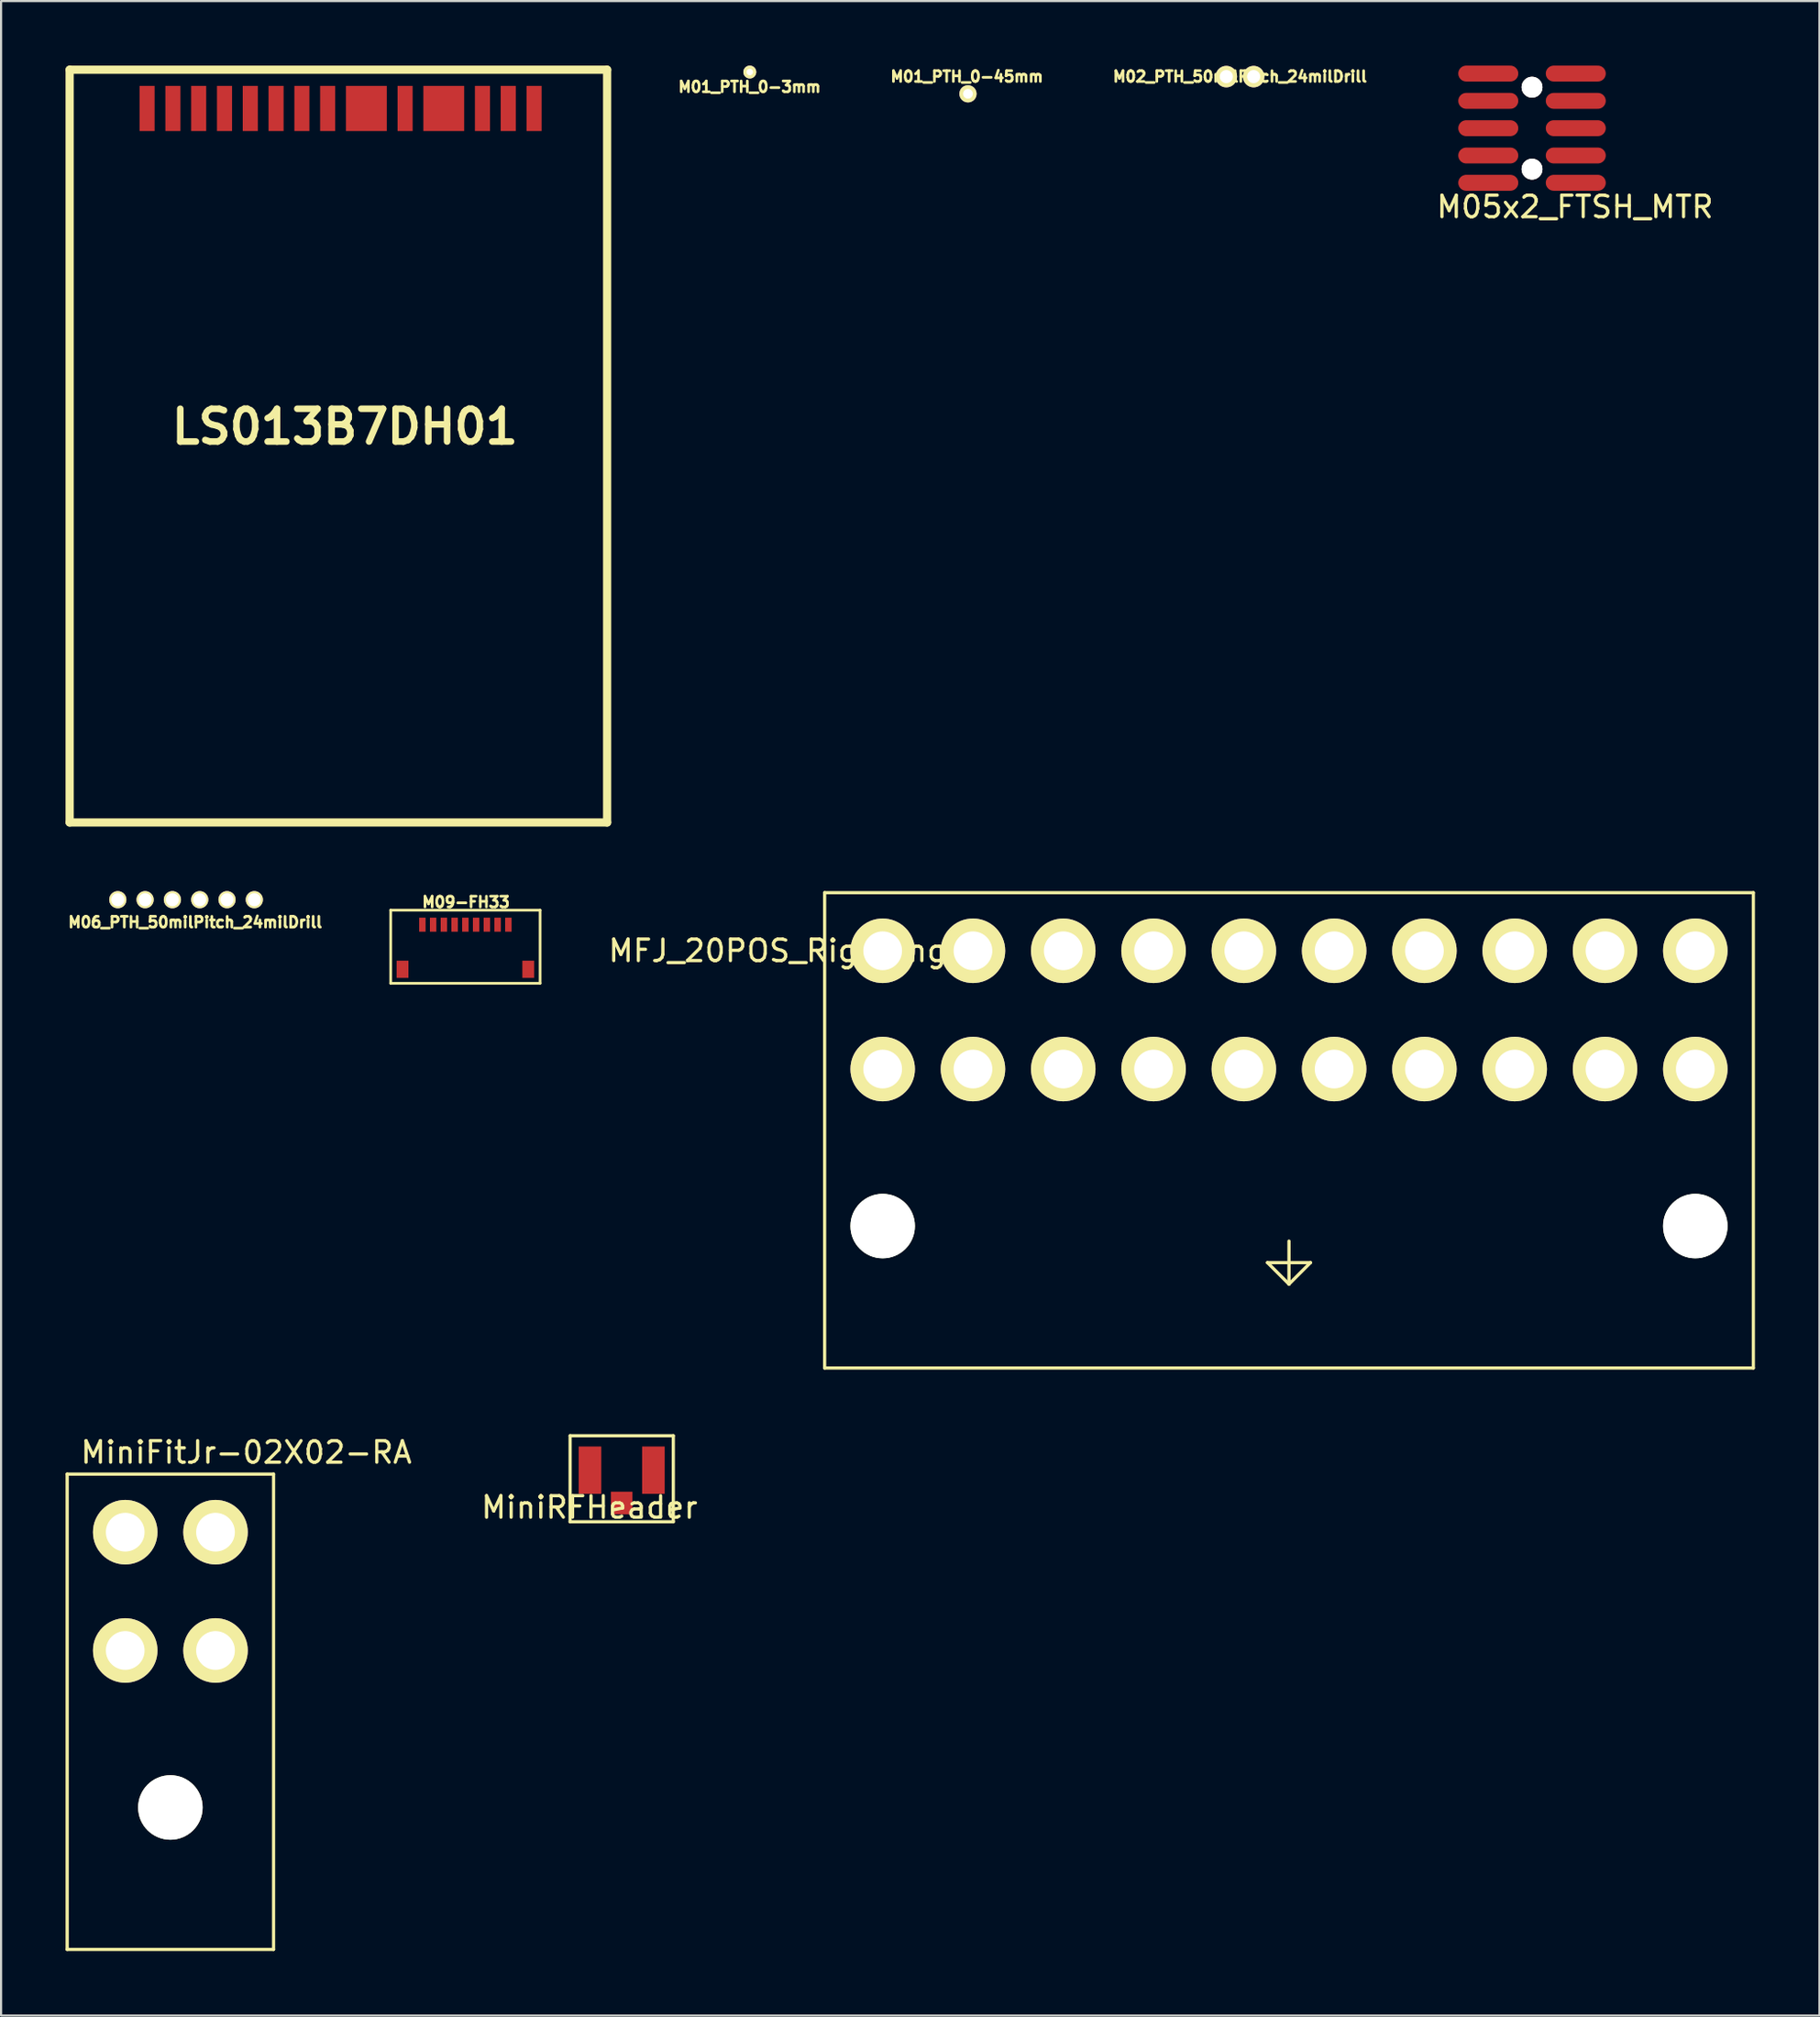
<source format=kicad_pcb>
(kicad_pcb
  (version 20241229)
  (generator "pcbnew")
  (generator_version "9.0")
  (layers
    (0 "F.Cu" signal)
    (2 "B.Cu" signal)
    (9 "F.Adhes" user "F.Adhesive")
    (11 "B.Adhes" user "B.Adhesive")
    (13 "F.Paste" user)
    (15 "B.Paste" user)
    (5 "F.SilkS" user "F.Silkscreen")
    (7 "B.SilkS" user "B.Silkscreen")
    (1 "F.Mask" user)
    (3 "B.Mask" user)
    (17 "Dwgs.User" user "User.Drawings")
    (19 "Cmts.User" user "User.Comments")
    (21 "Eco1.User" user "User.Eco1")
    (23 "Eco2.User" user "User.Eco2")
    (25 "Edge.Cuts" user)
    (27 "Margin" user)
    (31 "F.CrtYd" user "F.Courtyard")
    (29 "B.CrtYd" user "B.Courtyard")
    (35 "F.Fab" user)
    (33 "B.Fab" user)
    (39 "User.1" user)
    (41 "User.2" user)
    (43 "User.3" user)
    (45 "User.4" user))
  (footprint "M09-FH33"
    (layer "F.Cu")
    (at 18.598 39.944)
    (property "Reference" "M09-FH33" (at 0.025 -1.05 0) (layer "F.SilkS") (effects (font (size 0.5 0.5) (thickness 0.125))))
    (attr through_hole)
    (fp_line (start -3.475 -0.675) (end 3.475 -0.675) (stroke (width 0.125) (type solid)) (layer "F.SilkS"))
    (fp_line (start -3.475 2.725) (end -3.475 -0.675) (stroke (width 0.125) (type solid)) (layer "F.SilkS"))
    (fp_line (start 3.475 -0.675) (end 3.475 2.725) (stroke (width 0.125) (type solid)) (layer "F.SilkS"))
    (fp_line (start 3.475 2.725) (end -3.475 2.725) (stroke (width 0.125) (type solid)) (layer "F.SilkS"))
    (pad "1" smd rect (at -2 0) (size 0.3 0.65) (layers "F.Cu" "F.Mask" "F.Paste"))
    (pad "2" smd rect (at -1.5 0) (size 0.3 0.65) (layers "F.Cu" "F.Mask" "F.Paste"))
    (pad "3" smd rect (at -1 0) (size 0.3 0.65) (layers "F.Cu" "F.Mask" "F.Paste"))
    (pad "4" smd rect (at -0.5 0) (size 0.3 0.65) (layers "F.Cu" "F.Mask" "F.Paste"))
    (pad "5" smd rect (at 0 0) (size 0.3 0.65) (layers "F.Cu" "F.Mask" "F.Paste"))
    (pad "6" smd rect (at 0.5 0) (size 0.3 0.65) (layers "F.Cu" "F.Mask" "F.Paste"))
    (pad "7" smd rect (at 1 0) (size 0.3 0.65) (layers "F.Cu" "F.Mask" "F.Paste"))
    (pad "8" smd rect (at 1.5 0) (size 0.3 0.65) (layers "F.Cu" "F.Mask" "F.Paste"))
    (pad "9" smd rect (at 2 0) (size 0.3 0.65) (layers "F.Cu" "F.Mask" "F.Paste"))
    (pad "NC" smd rect (at -2.925 2.075) (size 0.55 0.8) (layers "F.Cu" "F.Mask" "F.Paste"))
    (pad "NC" smd rect (at 2.925 2.075) (size 0.55 0.8) (layers "F.Cu" "F.Mask" "F.Paste")))
  (footprint "LS013B7DH01"
    (layer "F.Cu")
    (at 12.791 10.79)
    (property "Reference" "LS013B7DH01" (at 0.201 6 0) (layer "F.SilkS") (effects (font (size 1.524 1.524) (thickness 0.305))))
    (attr through_hole)
    (fp_line (start -12.601 -10.599) (end 12.4 -10.599) (stroke (width 0.381) (type solid)) (layer "F.SilkS"))
    (fp_line (start -12.601 24.402) (end -12.601 -10.599) (stroke (width 0.381) (type solid)) (layer "F.SilkS"))
    (fp_line (start 12.4 -10.599) (end 12.4 24.402) (stroke (width 0.381) (type solid)) (layer "F.SilkS"))
    (fp_line (start 12.4 24.402) (end -12.601 24.402) (stroke (width 0.381) (type solid)) (layer "F.SilkS"))
    (pad "1" smd rect (at -8.999 -8.796 180) (size 0.701 2.101) (layers "F.Cu" "F.Mask" "F.Paste"))
    (pad "2" smd rect (at -7.798 -8.796 180) (size 0.701 2.101) (layers "F.Cu" "F.Mask" "F.Paste"))
    (pad "3" smd rect (at -6.599 -8.796 180) (size 0.701 2.101) (layers "F.Cu" "F.Mask" "F.Paste"))
    (pad "4" smd rect (at -5.397 -8.796 180) (size 0.701 2.101) (layers "F.Cu" "F.Mask" "F.Paste"))
    (pad "5" smd rect (at -4.199 -8.796 180) (size 0.701 2.101) (layers "F.Cu" "F.Mask" "F.Paste"))
    (pad "6" smd rect (at -3 -8.796 180) (size 0.701 2.101) (layers "F.Cu" "F.Mask" "F.Paste"))
    (pad "7" smd rect (at -1.798 -8.796 180) (size 0.701 2.101) (layers "F.Cu" "F.Mask" "F.Paste"))
    (pad "8" smd rect (at -0.599 -8.796 180) (size 0.701 2.101) (layers "F.Cu" "F.Mask" "F.Paste"))
    (pad "9" smd rect (at 1.201 -8.796 180) (size 1.9 2.101) (layers "F.Cu" "F.Mask" "F.Paste"))
    (pad "10" smd rect (at 3.002 -8.796 180) (size 0.701 2.101) (layers "F.Cu" "F.Mask" "F.Paste"))
    (pad "11" smd rect (at 4.801 -8.796 180) (size 1.9 2.101) (layers "F.Cu" "F.Mask" "F.Paste"))
    (pad "12" smd rect (at 6.601 -8.796 180) (size 0.701 2.101) (layers "F.Cu" "F.Mask" "F.Paste"))
    (pad "13" smd rect (at 7.8 -8.796 180) (size 0.701 2.101) (layers "F.Cu" "F.Mask" "F.Paste"))
    (pad "14" smd rect (at 9.002 -8.796 180) (size 0.701 2.101) (layers "F.Cu" "F.Mask" "F.Paste")))
  (footprint "M01_PTH_0-3mm"
    (layer "F.Cu")
    (at 31.827 0.3)
    (property "Reference" "M01_PTH_0-3mm" (at -0.01 0.69 0) (layer "F.SilkS") (effects (font (size 0.5 0.5) (thickness 0.125))))
    (attr through_hole)
    (pad "1" thru_hole circle (at 0 0) (size 0.6 0.6) (drill 0.3) (layers "*.Cu" "*.Mask" "F.SilkS")))
  (footprint "M01_PTH_0-45mm"
    (layer "F.Cu")
    (at 41.976 1.312)
    (property "Reference" "M01_PTH_0-45mm" (at -0.05 -0.8 0) (layer "F.SilkS") (effects (font (size 0.5 0.5) (thickness 0.125))))
    (attr through_hole)
    (pad "1" thru_hole circle (at 0 0) (size 0.8 0.8) (drill 0.45) (layers "*.Cu" "*.Mask" "F.SilkS")))
  (footprint "M05x2_FTSH_MTR"
    (layer "F.Cu")
    (at 68.213 2.91)
    (property "Reference" "M05x2_FTSH_MTR" (at 2 3.66 0) (layer "F.SilkS") (effects (font (size 1 1) (thickness 0.15))))
    (attr smd)
    (pad "" thru_hole circle (at 0 -1.905) (size 0.97 0.97) (drill 0.97) (layers "*.Cu" "*.Mask" "F.SilkS"))
    (pad "" thru_hole circle (at 0 1.905) (size 0.97 0.97) (drill 0.97) (layers "*.Cu" "*.Mask" "F.SilkS"))
    (pad "1" smd oval (at -2.035 -2.54) (size 2.79 0.74) (layers "F.Cu" "F.Mask" "F.Paste"))
    (pad "2" smd oval (at 2.035 -2.54) (size 2.79 0.74) (layers "F.Cu" "F.Mask" "F.Paste"))
    (pad "3" smd oval (at -2.035 -1.27) (size 2.79 0.74) (layers "F.Cu" "F.Mask" "F.Paste"))
    (pad "4" smd oval (at 2.035 -1.27) (size 2.79 0.74) (layers "F.Cu" "F.Mask" "F.Paste"))
    (pad "5" smd oval (at -2.035 0) (size 2.79 0.74) (layers "F.Cu" "F.Mask" "F.Paste"))
    (pad "6" smd oval (at 2.035 0) (size 2.79 0.74) (layers "F.Cu" "F.Mask" "F.Paste"))
    (pad "7" smd oval (at -2.035 1.27) (size 2.79 0.74) (layers "F.Cu" "F.Mask" "F.Paste"))
    (pad "8" smd oval (at 2.035 1.27) (size 2.79 0.74) (layers "F.Cu" "F.Mask" "F.Paste"))
    (pad "9" smd oval (at -2.035 2.54) (size 2.79 0.74) (layers "F.Cu" "F.Mask" "F.Paste"))
    (pad "10" smd oval (at 2.035 2.54) (size 2.79 0.74) (layers "F.Cu" "F.Mask" "F.Paste")))
  (footprint "M02_PTH_50milPitch_24milDrill"
    (layer "F.Cu")
    (at 54.629 0.512)
    (property "Reference" "M02_PTH_50milPitch_24milDrill" (at 0 0 0) (layer "F.SilkS") (effects (font (size 0.5 0.5) (thickness 0.125))))
    (attr through_hole)
    (pad "1" thru_hole circle (at -0.635 0) (size 1 1) (drill 0.61) (layers "*.Cu" "*.Mask" "F.SilkS"))
    (pad "2" thru_hole circle (at 0.635 0) (size 1 1) (drill 0.61) (layers "*.Cu" "*.Mask" "F.SilkS")))
  (footprint "M06_PTH_50milPitch_24milDrill"
    (layer "F.Cu")
    (at 5.605 38.782)
    (property "Reference" "M06_PTH_50milPitch_24milDrill" (at 0.425 1.05 0) (layer "F.SilkS") (effects (font (size 0.5 0.5) (thickness 0.125))))
    (attr through_hole)
    (pad "1" thru_hole circle (at -3.175 0) (size 0.8 0.8) (drill 0.61) (layers "*.Cu" "*.Mask" "F.SilkS"))
    (pad "2" thru_hole circle (at -1.905 0) (size 0.8 0.8) (drill 0.61) (layers "*.Cu" "*.Mask" "F.SilkS"))
    (pad "3" thru_hole circle (at -0.635 0) (size 0.8 0.8) (drill 0.61) (layers "*.Cu" "*.Mask" "F.SilkS"))
    (pad "4" thru_hole circle (at 0.635 0) (size 0.8 0.8) (drill 0.61) (layers "*.Cu" "*.Mask" "F.SilkS"))
    (pad "5" thru_hole circle (at 1.905 0) (size 0.8 0.8) (drill 0.61) (layers "*.Cu" "*.Mask" "F.SilkS"))
    (pad "6" thru_hole circle (at 3.175 0) (size 0.8 0.8) (drill 0.61) (layers "*.Cu" "*.Mask" "F.SilkS")))
  (footprint "MFJ_20POS_RightAngle"
    (layer "F.Cu")
    (at 56.908 52.157)
    (property "Reference" "MFJ_20POS_RightAngle" (at -23.1 -11 0) (layer "F.SilkS") (effects (font (size 1 1) (thickness 0.15))))
    (attr through_hole)
    (fp_line (start -21.6 -13.7) (end -21.6 8.4) (stroke (width 0.15) (type solid)) (layer "F.SilkS"))
    (fp_line (start -21.6 8.4) (end 21.6 8.4) (stroke (width 0.15) (type solid)) (layer "F.SilkS"))
    (fp_line (start -1 3.5) (end 1 3.5) (stroke (width 0.15) (type solid)) (layer "F.SilkS"))
    (fp_line (start 0 2.5) (end 0 4.5) (stroke (width 0.15) (type solid)) (layer "F.SilkS"))
    (fp_line (start 0 4.5) (end -1 3.5) (stroke (width 0.15) (type solid)) (layer "F.SilkS"))
    (fp_line (start 1 3.5) (end 0 4.5) (stroke (width 0.15) (type solid)) (layer "F.SilkS"))
    (fp_line (start 21.6 -13.7) (end -21.6 -13.7) (stroke (width 0.15) (type solid)) (layer "F.SilkS"))
    (fp_line (start 21.6 8.4) (end 21.6 -13.7) (stroke (width 0.15) (type solid)) (layer "F.SilkS"))
    (pad "" np_thru_hole circle (at -18.9 1.8) (size 3 3) (drill 3) (layers "*.Cu" "*.Mask" "F.SilkS"))
    (pad "" np_thru_hole circle (at 18.9 1.8) (size 3 3) (drill 3) (layers "*.Cu" "*.Mask" "F.SilkS"))
    (pad "1" thru_hole circle (at 18.9 -5.5) (size 3 3) (drill 1.8) (layers "*.Cu" "*.Mask" "F.SilkS"))
    (pad "2" thru_hole circle (at 14.7 -5.5) (size 3 3) (drill 1.8) (layers "*.Cu" "*.Mask" "F.SilkS"))
    (pad "3" thru_hole circle (at 10.5 -5.5) (size 3 3) (drill 1.8) (layers "*.Cu" "*.Mask" "F.SilkS"))
    (pad "4" thru_hole circle (at 6.3 -5.5) (size 3 3) (drill 1.8) (layers "*.Cu" "*.Mask" "F.SilkS"))
    (pad "5" thru_hole circle (at 2.1 -5.5) (size 3 3) (drill 1.8) (layers "*.Cu" "*.Mask" "F.SilkS"))
    (pad "6" thru_hole circle (at -2.1 -5.5) (size 3 3) (drill 1.8) (layers "*.Cu" "*.Mask" "F.SilkS"))
    (pad "7" thru_hole circle (at -6.3 -5.5) (size 3 3) (drill 1.8) (layers "*.Cu" "*.Mask" "F.SilkS"))
    (pad "8" thru_hole circle (at -10.5 -5.5) (size 3 3) (drill 1.8) (layers "*.Cu" "*.Mask" "F.SilkS"))
    (pad "9" thru_hole circle (at -14.7 -5.5) (size 3 3) (drill 1.8) (layers "*.Cu" "*.Mask" "F.SilkS"))
    (pad "10" thru_hole circle (at -18.9 -5.5) (size 3 3) (drill 1.8) (layers "*.Cu" "*.Mask" "F.SilkS"))
    (pad "11" thru_hole circle (at 18.9 -11) (size 3 3) (drill 1.8) (layers "*.Cu" "*.Mask" "F.SilkS"))
    (pad "12" thru_hole circle (at 14.7 -11) (size 3 3) (drill 1.8) (layers "*.Cu" "*.Mask" "F.SilkS"))
    (pad "13" thru_hole circle (at 10.5 -11) (size 3 3) (drill 1.8) (layers "*.Cu" "*.Mask" "F.SilkS"))
    (pad "14" thru_hole circle (at 6.3 -11) (size 3 3) (drill 1.8) (layers "*.Cu" "*.Mask" "F.SilkS"))
    (pad "15" thru_hole circle (at 2.1 -11) (size 3 3) (drill 1.8) (layers "*.Cu" "*.Mask" "F.SilkS"))
    (pad "16" thru_hole circle (at -2.1 -11) (size 3 3) (drill 1.8) (layers "*.Cu" "*.Mask" "F.SilkS"))
    (pad "17" thru_hole circle (at -6.3 -11) (size 3 3) (drill 1.8) (layers "*.Cu" "*.Mask" "F.SilkS"))
    (pad "18" thru_hole circle (at -10.5 -11) (size 3 3) (drill 1.8) (layers "*.Cu" "*.Mask" "F.SilkS"))
    (pad "19" thru_hole circle (at -14.7 -11) (size 3 3) (drill 1.8) (layers "*.Cu" "*.Mask" "F.SilkS"))
    (pad "20" thru_hole circle (at -18.9 -11) (size 3 3) (drill 1.8) (layers "*.Cu" "*.Mask" "F.SilkS")))
  (footprint "MiniRFHeader"
    (layer "F.Cu")
    (at 25.869 65.307)
    (property "Reference" "MiniRFHeader" (at -1.5 1.73 0) (layer "F.SilkS") (effects (font (size 1 1) (thickness 0.15))))
    (attr through_hole)
    (fp_line (start -2.4 -1.6) (end 2.4 -1.6) (stroke (width 0.15) (type solid)) (layer "F.SilkS"))
    (fp_line (start -2.4 2.4) (end -2.4 -1.6) (stroke (width 0.15) (type solid)) (layer "F.SilkS"))
    (fp_line (start 2.4 -1.6) (end 2.4 2.4) (stroke (width 0.15) (type solid)) (layer "F.SilkS"))
    (fp_line (start 2.4 2.4) (end -2.4 2.4) (stroke (width 0.15) (type solid)) (layer "F.SilkS"))
    (pad "2" smd rect (at -1.475 0) (size 1.05 2.2) (layers "F.Cu" "F.Mask" "F.Paste"))
    (pad "2" smd rect (at 1.475 0) (size 1.05 2.2) (layers "F.Cu" "F.Mask" "F.Paste"))
    (pad "FEED" smd rect (at 0 1.525) (size 1 1.05) (layers "F.Cu" "F.Mask" "F.Paste")))
  (footprint "MiniFitJr-02X02-RA"
    (layer "F.Cu")
    (at 4.875 73.69)
    (property "Reference" "MiniFitJr-02X02-RA" (at 3.53 -9.21 0) (layer "F.SilkS") (effects (font (size 1 1) (thickness 0.15))))
    (attr through_hole)
    (fp_line (start -4.8 -8.2) (end -4.8 13.9) (stroke (width 0.15) (type solid)) (layer "F.SilkS"))
    (fp_line (start -4.8 -8.2) (end 4.8 -8.2) (stroke (width 0.15) (type solid)) (layer "F.SilkS"))
    (fp_line (start 4.8 -8.2) (end 4.8 13.9) (stroke (width 0.15) (type solid)) (layer "F.SilkS"))
    (fp_line (start 4.8 13.9) (end -4.8 13.9) (stroke (width 0.15) (type solid)) (layer "F.SilkS"))
    (pad "" np_thru_hole circle (at 0 7.3) (size 3 3) (drill 3) (layers "*.Cu" "*.Mask" "F.SilkS"))
    (pad "1" thru_hole circle (at 2.1 0) (size 3 3) (drill 1.8) (layers "*.Cu" "*.Mask" "F.SilkS"))
    (pad "2" thru_hole circle (at -2.1 0) (size 3 3) (drill 1.8) (layers "*.Cu" "*.Mask" "F.SilkS"))
    (pad "3" thru_hole circle (at 2.1 -5.5) (size 3 3) (drill 1.8) (layers "*.Cu" "*.Mask" "F.SilkS"))
    (pad "4" thru_hole circle (at -2.1 -5.5) (size 3 3) (drill 1.8) (layers "*.Cu" "*.Mask" "F.SilkS")))
  (gr_rect
    (start -3 -3)
    (end 81.583 90.665)
    (stroke (width 0.1) (type default))
    (fill no)
    (layer "Edge.Cuts")))
</source>
